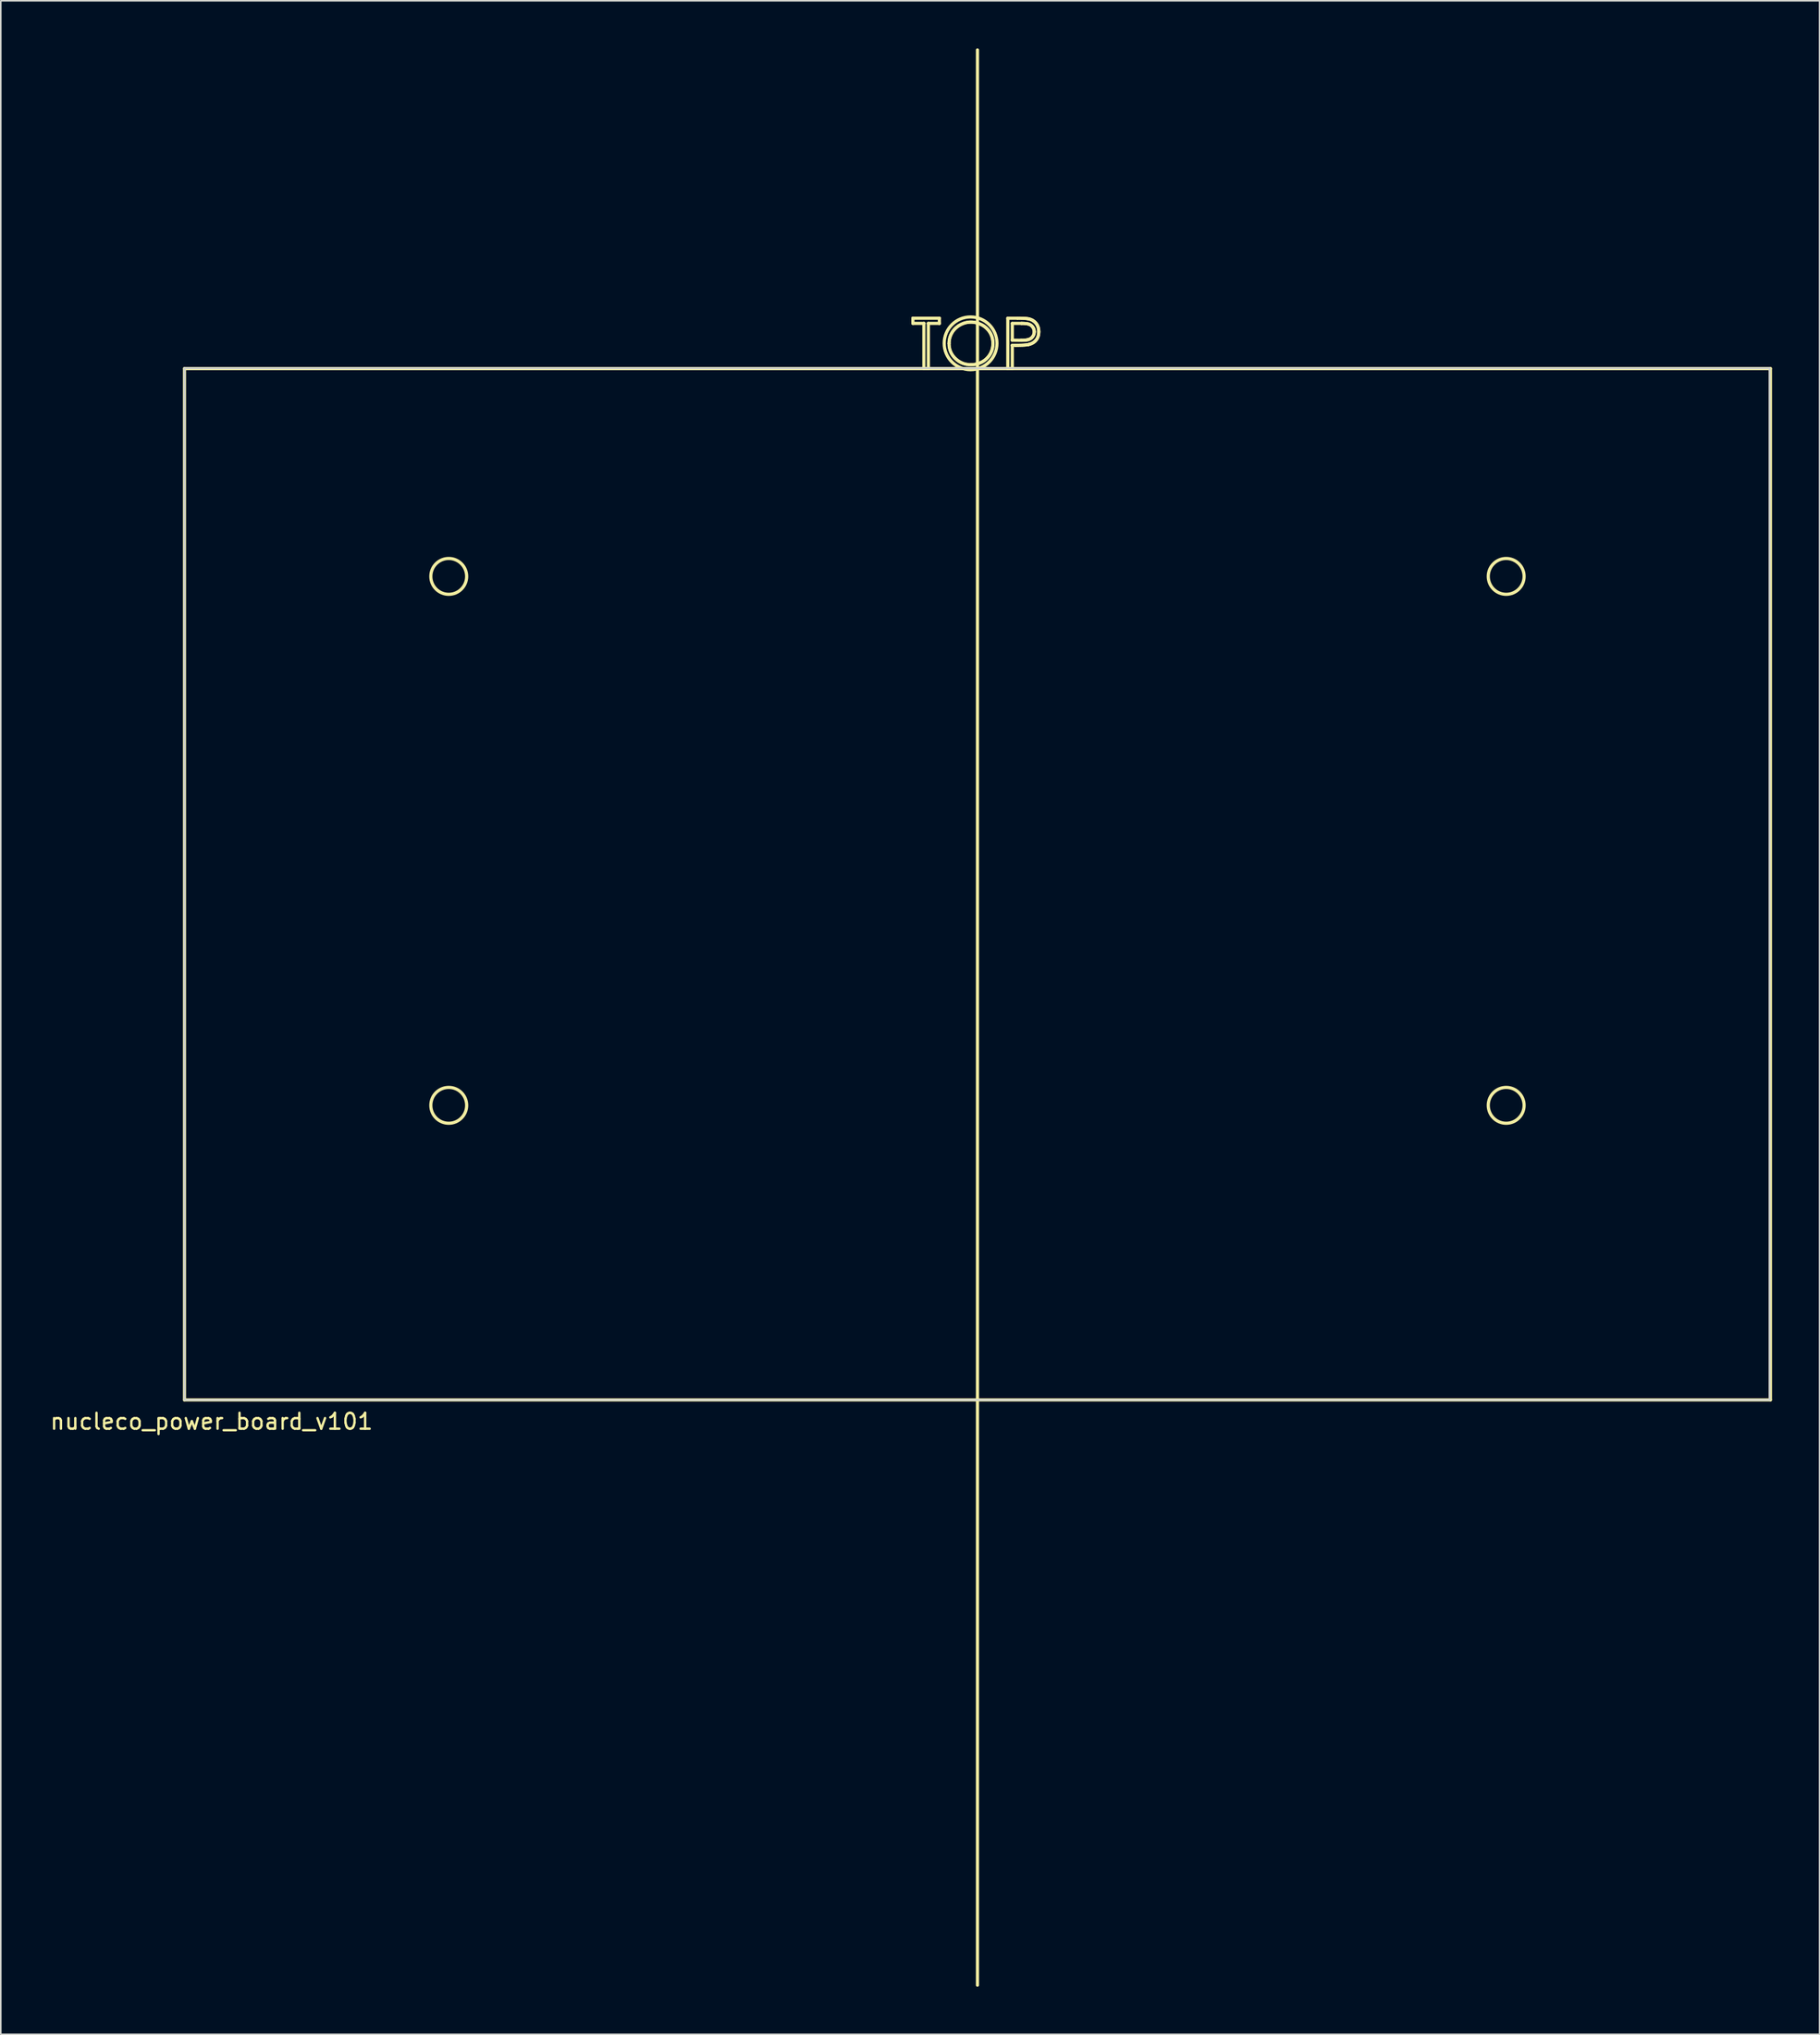
<source format=kicad_pcb>
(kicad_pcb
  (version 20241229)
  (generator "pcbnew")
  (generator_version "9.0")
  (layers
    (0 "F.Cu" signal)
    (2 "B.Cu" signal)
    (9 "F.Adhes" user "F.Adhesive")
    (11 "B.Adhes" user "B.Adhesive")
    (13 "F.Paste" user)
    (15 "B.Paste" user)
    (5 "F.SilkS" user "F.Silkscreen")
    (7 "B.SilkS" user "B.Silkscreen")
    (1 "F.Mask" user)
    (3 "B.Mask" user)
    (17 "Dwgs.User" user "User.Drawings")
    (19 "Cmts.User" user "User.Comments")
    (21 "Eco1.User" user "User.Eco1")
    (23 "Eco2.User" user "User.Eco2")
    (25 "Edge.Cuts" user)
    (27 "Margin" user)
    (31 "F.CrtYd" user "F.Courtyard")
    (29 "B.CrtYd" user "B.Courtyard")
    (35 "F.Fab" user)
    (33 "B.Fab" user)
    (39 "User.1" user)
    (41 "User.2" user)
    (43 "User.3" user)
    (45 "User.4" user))
  (footprint "nucleco_power_board_v101"
    (layer "F.Cu")
    (at 8.582 85.181)
    (property "Reference" "nucleco_power_board_v101" (at 1.705 1.359 0) (layer "F.SilkS") (effects (font (size 1.002 1.002) (thickness 0.15))))
    (attr through_hole)
    (fp_line (start 0 -65) (end 0 0) (stroke (width 0.2) (type solid)) (layer "F.SilkS"))
    (fp_line (start 0 -65) (end 100 -65) (stroke (width 0.2) (type solid)) (layer "F.SilkS"))
    (fp_line (start 0 0) (end 100 0) (stroke (width 0.2) (type solid)) (layer "F.SilkS"))
    (fp_line (start 45.929 -68.175) (end 45.929 -68.175) (stroke (width 0.2) (type solid)) (layer "F.SilkS"))
    (fp_line (start 45.929 -68.175) (end 47.598 -68.175) (stroke (width 0.2) (type solid)) (layer "F.SilkS"))
    (fp_line (start 45.929 -67.849) (end 45.929 -68.175) (stroke (width 0.2) (type solid)) (layer "F.SilkS"))
    (fp_line (start 46.621 -67.849) (end 45.929 -67.849) (stroke (width 0.2) (type solid)) (layer "F.SilkS"))
    (fp_line (start 46.621 -67.849) (end 46.621 -67.849) (stroke (width 0.2) (type solid)) (layer "F.SilkS"))
    (fp_line (start 46.621 -65) (end 46.621 -67.849) (stroke (width 0.2) (type solid)) (layer "F.SilkS"))
    (fp_line (start 46.621 -65) (end 46.621 -65) (stroke (width 0.2) (type solid)) (layer "F.SilkS"))
    (fp_line (start 46.906 -67.849) (end 46.906 -67.849) (stroke (width 0.2) (type solid)) (layer "F.SilkS"))
    (fp_line (start 46.906 -67.849) (end 46.906 -65) (stroke (width 0.2) (type solid)) (layer "F.SilkS"))
    (fp_line (start 46.906 -65) (end 46.621 -65) (stroke (width 0.2) (type solid)) (layer "F.SilkS"))
    (fp_line (start 46.906 -65) (end 46.906 -65) (stroke (width 0.2) (type solid)) (layer "F.SilkS"))
    (fp_line (start 47.598 -68.175) (end 47.598 -68.175) (stroke (width 0.2) (type solid)) (layer "F.SilkS"))
    (fp_line (start 47.598 -68.175) (end 47.598 -67.849) (stroke (width 0.2) (type solid)) (layer "F.SilkS"))
    (fp_line (start 47.598 -67.849) (end 46.906 -67.849) (stroke (width 0.2) (type solid)) (layer "F.SilkS"))
    (fp_line (start 47.598 -67.849) (end 47.598 -67.849) (stroke (width 0.2) (type solid)) (layer "F.SilkS"))
    (fp_line (start 48.209 -66.575) (end 48.209 -66.575) (stroke (width 0.2) (type solid)) (layer "F.SilkS"))
    (fp_line (start 48.209 -66.575) (end 48.215 -66.437) (stroke (width 0.2) (type solid)) (layer "F.SilkS"))
    (fp_line (start 48.212 -66.668) (end 48.209 -66.575) (stroke (width 0.2) (type solid)) (layer "F.SilkS"))
    (fp_line (start 48.215 -66.437) (end 48.234 -66.306) (stroke (width 0.2) (type solid)) (layer "F.SilkS"))
    (fp_line (start 48.22 -66.759) (end 48.212 -66.668) (stroke (width 0.2) (type solid)) (layer "F.SilkS"))
    (fp_line (start 48.234 -66.848) (end 48.22 -66.759) (stroke (width 0.2) (type solid)) (layer "F.SilkS"))
    (fp_line (start 48.234 -66.306) (end 48.266 -66.18) (stroke (width 0.2) (type solid)) (layer "F.SilkS"))
    (fp_line (start 48.255 -66.935) (end 48.234 -66.848) (stroke (width 0.2) (type solid)) (layer "F.SilkS"))
    (fp_line (start 48.266 -66.18) (end 48.31 -66.059) (stroke (width 0.2) (type solid)) (layer "F.SilkS"))
    (fp_line (start 48.28 -67.019) (end 48.255 -66.935) (stroke (width 0.2) (type solid)) (layer "F.SilkS"))
    (fp_line (start 48.31 -66.059) (end 48.367 -65.943) (stroke (width 0.2) (type solid)) (layer "F.SilkS"))
    (fp_line (start 48.311 -67.102) (end 48.28 -67.019) (stroke (width 0.2) (type solid)) (layer "F.SilkS"))
    (fp_line (start 48.349 -67.182) (end 48.311 -67.102) (stroke (width 0.2) (type solid)) (layer "F.SilkS"))
    (fp_line (start 48.367 -65.943) (end 48.436 -65.833) (stroke (width 0.2) (type solid)) (layer "F.SilkS"))
    (fp_line (start 48.392 -67.26) (end 48.349 -67.182) (stroke (width 0.2) (type solid)) (layer "F.SilkS"))
    (fp_line (start 48.436 -65.833) (end 48.518 -65.729) (stroke (width 0.2) (type solid)) (layer "F.SilkS"))
    (fp_line (start 48.439 -67.335) (end 48.392 -67.26) (stroke (width 0.2) (type solid)) (layer "F.SilkS"))
    (fp_line (start 48.491 -67.406) (end 48.439 -67.335) (stroke (width 0.2) (type solid)) (layer "F.SilkS"))
    (fp_line (start 48.518 -65.729) (end 48.613 -65.63) (stroke (width 0.2) (type solid)) (layer "F.SilkS"))
    (fp_line (start 48.549 -67.473) (end 48.491 -67.406) (stroke (width 0.2) (type solid)) (layer "F.SilkS"))
    (fp_line (start 48.61 -67.536) (end 48.549 -67.473) (stroke (width 0.2) (type solid)) (layer "F.SilkS"))
    (fp_line (start 48.613 -65.63) (end 48.717 -65.539) (stroke (width 0.2) (type solid)) (layer "F.SilkS"))
    (fp_line (start 48.675 -67.595) (end 48.61 -67.536) (stroke (width 0.2) (type solid)) (layer "F.SilkS"))
    (fp_line (start 48.717 -65.539) (end 48.825 -65.461) (stroke (width 0.2) (type solid)) (layer "F.SilkS"))
    (fp_line (start 48.745 -67.65) (end 48.675 -67.595) (stroke (width 0.2) (type solid)) (layer "F.SilkS"))
    (fp_line (start 48.82 -67.702) (end 48.745 -67.65) (stroke (width 0.2) (type solid)) (layer "F.SilkS"))
    (fp_line (start 48.825 -65.461) (end 48.939 -65.395) (stroke (width 0.2) (type solid)) (layer "F.SilkS"))
    (fp_line (start 48.898 -67.749) (end 48.82 -67.702) (stroke (width 0.2) (type solid)) (layer "F.SilkS"))
    (fp_line (start 48.939 -65.395) (end 49.058 -65.341) (stroke (width 0.2) (type solid)) (layer "F.SilkS"))
    (fp_line (start 48.98 -67.791) (end 48.898 -67.749) (stroke (width 0.2) (type solid)) (layer "F.SilkS"))
    (fp_line (start 49.058 -65.341) (end 49.183 -65.298) (stroke (width 0.2) (type solid)) (layer "F.SilkS"))
    (fp_line (start 49.063 -67.828) (end 48.98 -67.791) (stroke (width 0.2) (type solid)) (layer "F.SilkS"))
    (fp_line (start 49.148 -67.86) (end 49.063 -67.828) (stroke (width 0.2) (type solid)) (layer "F.SilkS"))
    (fp_line (start 49.183 -65.298) (end 49.312 -65.268) (stroke (width 0.2) (type solid)) (layer "F.SilkS"))
    (fp_line (start 49.233 -67.886) (end 49.148 -67.86) (stroke (width 0.2) (type solid)) (layer "F.SilkS"))
    (fp_line (start 49.312 -65.268) (end 49.447 -65.25) (stroke (width 0.2) (type solid)) (layer "F.SilkS"))
    (fp_line (start 49.319 -67.905) (end 49.233 -67.886) (stroke (width 0.2) (type solid)) (layer "F.SilkS"))
    (fp_line (start 49.407 -67.919) (end 49.319 -67.905) (stroke (width 0.2) (type solid)) (layer "F.SilkS"))
    (fp_line (start 49.447 -65.25) (end 49.587 -65.244) (stroke (width 0.2) (type solid)) (layer "F.SilkS"))
    (fp_line (start 49.496 -67.928) (end 49.407 -67.919) (stroke (width 0.2) (type solid)) (layer "F.SilkS"))
    (fp_line (start 49.587 -67.931) (end 49.496 -67.928) (stroke (width 0.2) (type solid)) (layer "F.SilkS"))
    (fp_line (start 49.587 -65.244) (end 49.587 -65.244) (stroke (width 0.2) (type solid)) (layer "F.SilkS"))
    (fp_line (start 49.587 -65.244) (end 49.681 -65.247) (stroke (width 0.2) (type solid)) (layer "F.SilkS"))
    (fp_line (start 49.678 -67.928) (end 49.587 -67.931) (stroke (width 0.2) (type solid)) (layer "F.SilkS"))
    (fp_line (start 49.681 -65.247) (end 49.773 -65.255) (stroke (width 0.2) (type solid)) (layer "F.SilkS"))
    (fp_line (start 49.768 -67.919) (end 49.678 -67.928) (stroke (width 0.2) (type solid)) (layer "F.SilkS"))
    (fp_line (start 49.773 -65.255) (end 49.864 -65.269) (stroke (width 0.2) (type solid)) (layer "F.SilkS"))
    (fp_line (start 49.858 -67.905) (end 49.768 -67.919) (stroke (width 0.2) (type solid)) (layer "F.SilkS"))
    (fp_line (start 49.864 -65.269) (end 49.953 -65.289) (stroke (width 0.2) (type solid)) (layer "F.SilkS"))
    (fp_line (start 49.946 -67.886) (end 49.858 -67.905) (stroke (width 0.2) (type solid)) (layer "F.SilkS"))
    (fp_line (start 49.953 -65.289) (end 50.04 -65.314) (stroke (width 0.2) (type solid)) (layer "F.SilkS"))
    (fp_line (start 50 -85.081) (end 50 36.883) (stroke (width 0.2) (type solid)) (layer "F.SilkS"))
    (fp_line (start 50.032 -67.86) (end 49.946 -67.886) (stroke (width 0.2) (type solid)) (layer "F.SilkS"))
    (fp_line (start 50.04 -65.314) (end 50.125 -65.343) (stroke (width 0.2) (type solid)) (layer "F.SilkS"))
    (fp_line (start 50.118 -67.828) (end 50.032 -67.86) (stroke (width 0.2) (type solid)) (layer "F.SilkS"))
    (fp_line (start 50.125 -65.343) (end 50.209 -65.38) (stroke (width 0.2) (type solid)) (layer "F.SilkS"))
    (fp_line (start 50.202 -67.791) (end 50.118 -67.828) (stroke (width 0.2) (type solid)) (layer "F.SilkS"))
    (fp_line (start 50.209 -65.38) (end 50.291 -65.421) (stroke (width 0.2) (type solid)) (layer "F.SilkS"))
    (fp_line (start 50.285 -67.749) (end 50.202 -67.791) (stroke (width 0.2) (type solid)) (layer "F.SilkS"))
    (fp_line (start 50.291 -65.421) (end 50.37 -65.467) (stroke (width 0.2) (type solid)) (layer "F.SilkS"))
    (fp_line (start 50.365 -67.702) (end 50.285 -67.749) (stroke (width 0.2) (type solid)) (layer "F.SilkS"))
    (fp_line (start 50.37 -65.467) (end 50.444 -65.518) (stroke (width 0.2) (type solid)) (layer "F.SilkS"))
    (fp_line (start 50.44 -67.651) (end 50.365 -67.702) (stroke (width 0.2) (type solid)) (layer "F.SilkS"))
    (fp_line (start 50.444 -65.518) (end 50.513 -65.572) (stroke (width 0.2) (type solid)) (layer "F.SilkS"))
    (fp_line (start 50.511 -67.596) (end 50.44 -67.651) (stroke (width 0.2) (type solid)) (layer "F.SilkS"))
    (fp_line (start 50.513 -65.572) (end 50.579 -65.631) (stroke (width 0.2) (type solid)) (layer "F.SilkS"))
    (fp_line (start 50.578 -67.538) (end 50.511 -67.596) (stroke (width 0.2) (type solid)) (layer "F.SilkS"))
    (fp_line (start 50.579 -65.631) (end 50.64 -65.693) (stroke (width 0.2) (type solid)) (layer "F.SilkS"))
    (fp_line (start 50.639 -67.475) (end 50.578 -67.538) (stroke (width 0.2) (type solid)) (layer "F.SilkS"))
    (fp_line (start 50.64 -65.693) (end 50.696 -65.76) (stroke (width 0.2) (type solid)) (layer "F.SilkS"))
    (fp_line (start 50.696 -67.409) (end 50.639 -67.475) (stroke (width 0.2) (type solid)) (layer "F.SilkS"))
    (fp_line (start 50.696 -65.76) (end 50.748 -65.831) (stroke (width 0.2) (type solid)) (layer "F.SilkS"))
    (fp_line (start 50.748 -67.339) (end 50.696 -67.409) (stroke (width 0.2) (type solid)) (layer "F.SilkS"))
    (fp_line (start 50.748 -65.831) (end 50.796 -65.906) (stroke (width 0.2) (type solid)) (layer "F.SilkS"))
    (fp_line (start 50.796 -67.265) (end 50.748 -67.339) (stroke (width 0.2) (type solid)) (layer "F.SilkS"))
    (fp_line (start 50.796 -65.906) (end 50.838 -65.984) (stroke (width 0.2) (type solid)) (layer "F.SilkS"))
    (fp_line (start 50.838 -67.189) (end 50.796 -67.265) (stroke (width 0.2) (type solid)) (layer "F.SilkS"))
    (fp_line (start 50.838 -65.984) (end 50.875 -66.064) (stroke (width 0.2) (type solid)) (layer "F.SilkS"))
    (fp_line (start 50.875 -67.11) (end 50.838 -67.189) (stroke (width 0.2) (type solid)) (layer "F.SilkS"))
    (fp_line (start 50.875 -66.064) (end 50.906 -66.146) (stroke (width 0.2) (type solid)) (layer "F.SilkS"))
    (fp_line (start 50.906 -67.029) (end 50.875 -67.11) (stroke (width 0.2) (type solid)) (layer "F.SilkS"))
    (fp_line (start 50.906 -66.146) (end 50.932 -66.231) (stroke (width 0.2) (type solid)) (layer "F.SilkS"))
    (fp_line (start 50.932 -66.946) (end 50.906 -67.029) (stroke (width 0.2) (type solid)) (layer "F.SilkS"))
    (fp_line (start 50.932 -66.231) (end 50.951 -66.317) (stroke (width 0.2) (type solid)) (layer "F.SilkS"))
    (fp_line (start 50.951 -66.86) (end 50.932 -66.946) (stroke (width 0.2) (type solid)) (layer "F.SilkS"))
    (fp_line (start 50.951 -66.317) (end 50.965 -66.406) (stroke (width 0.2) (type solid)) (layer "F.SilkS"))
    (fp_line (start 50.965 -66.772) (end 50.951 -66.86) (stroke (width 0.2) (type solid)) (layer "F.SilkS"))
    (fp_line (start 50.965 -66.406) (end 50.974 -66.497) (stroke (width 0.2) (type solid)) (layer "F.SilkS"))
    (fp_line (start 50.974 -66.682) (end 50.965 -66.772) (stroke (width 0.2) (type solid)) (layer "F.SilkS"))
    (fp_line (start 50.974 -66.497) (end 50.977 -66.589) (stroke (width 0.2) (type solid)) (layer "F.SilkS"))
    (fp_line (start 50.977 -66.589) (end 50.974 -66.682) (stroke (width 0.2) (type solid)) (layer "F.SilkS"))
    (fp_line (start 50.977 -66.589) (end 50.977 -66.589) (stroke (width 0.2) (type solid)) (layer "F.SilkS"))
    (fp_line (start 51.913 -68.175) (end 52.536 -68.175) (stroke (width 0.2) (type solid)) (layer "F.SilkS"))
    (fp_line (start 51.913 -65) (end 51.913 -68.175) (stroke (width 0.2) (type solid)) (layer "F.SilkS"))
    (fp_line (start 51.913 -65) (end 51.913 -65) (stroke (width 0.2) (type solid)) (layer "F.SilkS"))
    (fp_line (start 52.198 -67.849) (end 52.198 -66.791) (stroke (width 0.2) (type solid)) (layer "F.SilkS"))
    (fp_line (start 52.198 -66.791) (end 52.198 -66.791) (stroke (width 0.2) (type solid)) (layer "F.SilkS"))
    (fp_line (start 52.198 -66.791) (end 52.754 -66.784) (stroke (width 0.2) (type solid)) (layer "F.SilkS"))
    (fp_line (start 52.198 -66.465) (end 52.198 -66.465) (stroke (width 0.2) (type solid)) (layer "F.SilkS"))
    (fp_line (start 52.198 -66.465) (end 52.198 -65) (stroke (width 0.2) (type solid)) (layer "F.SilkS"))
    (fp_line (start 52.198 -65) (end 51.913 -65) (stroke (width 0.2) (type solid)) (layer "F.SilkS"))
    (fp_line (start 52.198 -65) (end 52.198 -65) (stroke (width 0.2) (type solid)) (layer "F.SilkS"))
    (fp_line (start 52.425 -66.465) (end 52.198 -66.465) (stroke (width 0.2) (type solid)) (layer "F.SilkS"))
    (fp_line (start 52.425 -66.465) (end 52.425 -66.465) (stroke (width 0.2) (type solid)) (layer "F.SilkS"))
    (fp_line (start 52.536 -68.175) (end 52.536 -68.175) (stroke (width 0.2) (type solid)) (layer "F.SilkS"))
    (fp_line (start 52.536 -68.175) (end 52.664 -68.174) (stroke (width 0.2) (type solid)) (layer "F.SilkS"))
    (fp_line (start 52.568 -66.466) (end 52.425 -66.465) (stroke (width 0.2) (type solid)) (layer "F.SilkS"))
    (fp_line (start 52.664 -68.174) (end 52.782 -68.172) (stroke (width 0.2) (type solid)) (layer "F.SilkS"))
    (fp_line (start 52.698 -66.469) (end 52.568 -66.466) (stroke (width 0.2) (type solid)) (layer "F.SilkS"))
    (fp_line (start 52.754 -66.784) (end 52.754 -66.784) (stroke (width 0.2) (type solid)) (layer "F.SilkS"))
    (fp_line (start 52.754 -66.784) (end 52.835 -66.785) (stroke (width 0.2) (type solid)) (layer "F.SilkS"))
    (fp_line (start 52.779 -67.849) (end 52.198 -67.849) (stroke (width 0.2) (type solid)) (layer "F.SilkS"))
    (fp_line (start 52.779 -67.849) (end 52.779 -67.849) (stroke (width 0.2) (type solid)) (layer "F.SilkS"))
    (fp_line (start 52.782 -68.172) (end 52.889 -68.168) (stroke (width 0.2) (type solid)) (layer "F.SilkS"))
    (fp_line (start 52.816 -66.473) (end 52.698 -66.469) (stroke (width 0.2) (type solid)) (layer "F.SilkS"))
    (fp_line (start 52.835 -66.785) (end 52.911 -66.788) (stroke (width 0.2) (type solid)) (layer "F.SilkS"))
    (fp_line (start 52.859 -67.849) (end 52.779 -67.849) (stroke (width 0.2) (type solid)) (layer "F.SilkS"))
    (fp_line (start 52.889 -68.168) (end 52.985 -68.163) (stroke (width 0.2) (type solid)) (layer "F.SilkS"))
    (fp_line (start 52.911 -66.788) (end 52.981 -66.792) (stroke (width 0.2) (type solid)) (layer "F.SilkS"))
    (fp_line (start 52.923 -66.479) (end 52.816 -66.473) (stroke (width 0.2) (type solid)) (layer "F.SilkS"))
    (fp_line (start 52.933 -67.846) (end 52.859 -67.849) (stroke (width 0.2) (type solid)) (layer "F.SilkS"))
    (fp_line (start 52.981 -66.792) (end 53.046 -66.799) (stroke (width 0.2) (type solid)) (layer "F.SilkS"))
    (fp_line (start 52.985 -68.163) (end 53.069 -68.157) (stroke (width 0.2) (type solid)) (layer "F.SilkS"))
    (fp_line (start 53.001 -67.842) (end 52.933 -67.846) (stroke (width 0.2) (type solid)) (layer "F.SilkS"))
    (fp_line (start 53.019 -66.486) (end 52.923 -66.479) (stroke (width 0.2) (type solid)) (layer "F.SilkS"))
    (fp_line (start 53.046 -66.799) (end 53.104 -66.807) (stroke (width 0.2) (type solid)) (layer "F.SilkS"))
    (fp_line (start 53.064 -67.835) (end 53.001 -67.842) (stroke (width 0.2) (type solid)) (layer "F.SilkS"))
    (fp_line (start 53.069 -68.157) (end 53.144 -68.148) (stroke (width 0.2) (type solid)) (layer "F.SilkS"))
    (fp_line (start 53.102 -66.495) (end 53.019 -66.486) (stroke (width 0.2) (type solid)) (layer "F.SilkS"))
    (fp_line (start 53.104 -66.807) (end 53.158 -66.816) (stroke (width 0.2) (type solid)) (layer "F.SilkS"))
    (fp_line (start 53.121 -67.828) (end 53.064 -67.835) (stroke (width 0.2) (type solid)) (layer "F.SilkS"))
    (fp_line (start 53.144 -68.148) (end 53.207 -68.139) (stroke (width 0.2) (type solid)) (layer "F.SilkS"))
    (fp_line (start 53.158 -66.816) (end 53.205 -66.829) (stroke (width 0.2) (type solid)) (layer "F.SilkS"))
    (fp_line (start 53.172 -67.818) (end 53.121 -67.828) (stroke (width 0.2) (type solid)) (layer "F.SilkS"))
    (fp_line (start 53.174 -66.505) (end 53.102 -66.495) (stroke (width 0.2) (type solid)) (layer "F.SilkS"))
    (fp_line (start 53.205 -66.829) (end 53.247 -66.842) (stroke (width 0.2) (type solid)) (layer "F.SilkS"))
    (fp_line (start 53.207 -68.139) (end 53.259 -68.127) (stroke (width 0.2) (type solid)) (layer "F.SilkS"))
    (fp_line (start 53.218 -67.807) (end 53.172 -67.818) (stroke (width 0.2) (type solid)) (layer "F.SilkS"))
    (fp_line (start 53.234 -66.518) (end 53.174 -66.505) (stroke (width 0.2) (type solid)) (layer "F.SilkS"))
    (fp_line (start 53.234 -66.518) (end 53.234 -66.518) (stroke (width 0.2) (type solid)) (layer "F.SilkS"))
    (fp_line (start 53.247 -66.842) (end 53.321 -66.876) (stroke (width 0.2) (type solid)) (layer "F.SilkS"))
    (fp_line (start 53.257 -67.794) (end 53.218 -67.807) (stroke (width 0.2) (type solid)) (layer "F.SilkS"))
    (fp_line (start 53.259 -68.127) (end 53.259 -68.127) (stroke (width 0.2) (type solid)) (layer "F.SilkS"))
    (fp_line (start 53.259 -68.127) (end 53.324 -68.108) (stroke (width 0.2) (type solid)) (layer "F.SilkS"))
    (fp_line (start 53.305 -66.538) (end 53.234 -66.518) (stroke (width 0.2) (type solid)) (layer "F.SilkS"))
    (fp_line (start 53.321 -66.876) (end 53.387 -66.918) (stroke (width 0.2) (type solid)) (layer "F.SilkS"))
    (fp_line (start 53.324 -68.108) (end 53.387 -68.085) (stroke (width 0.2) (type solid)) (layer "F.SilkS"))
    (fp_line (start 53.326 -67.762) (end 53.257 -67.794) (stroke (width 0.2) (type solid)) (layer "F.SilkS"))
    (fp_line (start 53.373 -66.562) (end 53.305 -66.538) (stroke (width 0.2) (type solid)) (layer "F.SilkS"))
    (fp_line (start 53.387 -68.085) (end 53.446 -68.057) (stroke (width 0.2) (type solid)) (layer "F.SilkS"))
    (fp_line (start 53.387 -66.918) (end 53.443 -66.97) (stroke (width 0.2) (type solid)) (layer "F.SilkS"))
    (fp_line (start 53.389 -67.72) (end 53.326 -67.762) (stroke (width 0.2) (type solid)) (layer "F.SilkS"))
    (fp_line (start 53.438 -66.591) (end 53.373 -66.562) (stroke (width 0.2) (type solid)) (layer "F.SilkS"))
    (fp_line (start 53.443 -66.97) (end 53.492 -67.031) (stroke (width 0.2) (type solid)) (layer "F.SilkS"))
    (fp_line (start 53.444 -67.669) (end 53.389 -67.72) (stroke (width 0.2) (type solid)) (layer "F.SilkS"))
    (fp_line (start 53.446 -68.057) (end 53.503 -68.024) (stroke (width 0.2) (type solid)) (layer "F.SilkS"))
    (fp_line (start 53.492 -67.609) (end 53.444 -67.669) (stroke (width 0.2) (type solid)) (layer "F.SilkS"))
    (fp_line (start 53.492 -67.031) (end 53.532 -67.098) (stroke (width 0.2) (type solid)) (layer "F.SilkS"))
    (fp_line (start 53.498 -66.623) (end 53.438 -66.591) (stroke (width 0.2) (type solid)) (layer "F.SilkS"))
    (fp_line (start 53.503 -68.024) (end 53.555 -67.987) (stroke (width 0.2) (type solid)) (layer "F.SilkS"))
    (fp_line (start 53.532 -67.542) (end 53.492 -67.609) (stroke (width 0.2) (type solid)) (layer "F.SilkS"))
    (fp_line (start 53.532 -67.098) (end 53.56 -67.169) (stroke (width 0.2) (type solid)) (layer "F.SilkS"))
    (fp_line (start 53.554 -66.66) (end 53.498 -66.623) (stroke (width 0.2) (type solid)) (layer "F.SilkS"))
    (fp_line (start 53.555 -67.987) (end 53.606 -67.946) (stroke (width 0.2) (type solid)) (layer "F.SilkS"))
    (fp_line (start 53.56 -67.472) (end 53.532 -67.542) (stroke (width 0.2) (type solid)) (layer "F.SilkS"))
    (fp_line (start 53.56 -67.169) (end 53.576 -67.244) (stroke (width 0.2) (type solid)) (layer "F.SilkS"))
    (fp_line (start 53.576 -67.398) (end 53.56 -67.472) (stroke (width 0.2) (type solid)) (layer "F.SilkS"))
    (fp_line (start 53.576 -67.244) (end 53.582 -67.322) (stroke (width 0.2) (type solid)) (layer "F.SilkS"))
    (fp_line (start 53.582 -67.322) (end 53.576 -67.398) (stroke (width 0.2) (type solid)) (layer "F.SilkS"))
    (fp_line (start 53.582 -67.322) (end 53.582 -67.322) (stroke (width 0.2) (type solid)) (layer "F.SilkS"))
    (fp_line (start 53.606 -67.946) (end 53.653 -67.9) (stroke (width 0.2) (type solid)) (layer "F.SilkS"))
    (fp_line (start 53.606 -66.701) (end 53.554 -66.66) (stroke (width 0.2) (type solid)) (layer "F.SilkS"))
    (fp_line (start 53.653 -67.9) (end 53.697 -67.85) (stroke (width 0.2) (type solid)) (layer "F.SilkS"))
    (fp_line (start 53.655 -66.747) (end 53.606 -66.701) (stroke (width 0.2) (type solid)) (layer "F.SilkS"))
    (fp_line (start 53.697 -67.85) (end 53.737 -67.796) (stroke (width 0.2) (type solid)) (layer "F.SilkS"))
    (fp_line (start 53.698 -66.797) (end 53.655 -66.747) (stroke (width 0.2) (type solid)) (layer "F.SilkS"))
    (fp_line (start 53.737 -67.796) (end 53.771 -67.739) (stroke (width 0.2) (type solid)) (layer "F.SilkS"))
    (fp_line (start 53.738 -66.85) (end 53.698 -66.797) (stroke (width 0.2) (type solid)) (layer "F.SilkS"))
    (fp_line (start 53.771 -67.739) (end 53.8 -67.678) (stroke (width 0.2) (type solid)) (layer "F.SilkS"))
    (fp_line (start 53.772 -66.907) (end 53.738 -66.85) (stroke (width 0.2) (type solid)) (layer "F.SilkS"))
    (fp_line (start 53.8 -67.678) (end 53.824 -67.614) (stroke (width 0.2) (type solid)) (layer "F.SilkS"))
    (fp_line (start 53.801 -66.968) (end 53.772 -66.907) (stroke (width 0.2) (type solid)) (layer "F.SilkS"))
    (fp_line (start 53.824 -67.614) (end 53.843 -67.546) (stroke (width 0.2) (type solid)) (layer "F.SilkS"))
    (fp_line (start 53.825 -67.032) (end 53.801 -66.968) (stroke (width 0.2) (type solid)) (layer "F.SilkS"))
    (fp_line (start 53.843 -67.546) (end 53.856 -67.475) (stroke (width 0.2) (type solid)) (layer "F.SilkS"))
    (fp_line (start 53.843 -67.099) (end 53.825 -67.032) (stroke (width 0.2) (type solid)) (layer "F.SilkS"))
    (fp_line (start 53.856 -67.475) (end 53.864 -67.401) (stroke (width 0.2) (type solid)) (layer "F.SilkS"))
    (fp_line (start 53.856 -67.171) (end 53.843 -67.099) (stroke (width 0.2) (type solid)) (layer "F.SilkS"))
    (fp_line (start 53.864 -67.401) (end 53.867 -67.323) (stroke (width 0.2) (type solid)) (layer "F.SilkS"))
    (fp_line (start 53.864 -67.245) (end 53.856 -67.171) (stroke (width 0.2) (type solid)) (layer "F.SilkS"))
    (fp_line (start 53.867 -67.323) (end 53.864 -67.245) (stroke (width 0.2) (type solid)) (layer "F.SilkS"))
    (fp_line (start 53.867 -67.323) (end 53.867 -67.323) (stroke (width 0.2) (type solid)) (layer "F.SilkS"))
    (fp_line (start 100 -65) (end 100 0) (stroke (width 0.2) (type solid)) (layer "F.SilkS"))
    (fp_circle (center 16.663 -51.903) (end 17.793 -51.903) (stroke (width 0.2) (type solid)) (fill no) (layer "F.SilkS"))
    (fp_circle (center 16.663 -18.566) (end 17.793 -18.566) (stroke (width 0.2) (type solid)) (fill no) (layer "F.SilkS"))
    (fp_circle (center 49.566 -66.593) (end 51.229 -66.593) (stroke (width 0.2) (type solid)) (fill no) (layer "F.SilkS"))
    (fp_circle (center 83.338 -51.903) (end 84.468 -51.903) (stroke (width 0.2) (type solid)) (fill no) (layer "F.SilkS"))
    (fp_circle (center 83.338 -18.566) (end 84.468 -18.566) (stroke (width 0.2) (type solid)) (fill no) (layer "F.SilkS"))
    (fp_line (start 0 -65.024) (end 0 0) (stroke (width 0.12) (type solid)) (layer "Edge.Cuts"))
    (fp_line (start 0 0) (end 99.949 0) (stroke (width 0.12) (type solid)) (layer "Edge.Cuts"))
    (fp_line (start 99.949 -65.024) (end 0 -65.024) (stroke (width 0.12) (type solid)) (layer "Edge.Cuts"))
    (fp_line (start 99.949 -64.897) (end 99.949 -65.024) (stroke (width 0.12) (type solid)) (layer "Edge.Cuts"))
    (fp_line (start 99.949 0) (end 99.949 -64.897) (stroke (width 0.12) (type solid)) (layer "Edge.Cuts")))
  (gr_rect
    (start -3 -3)
    (end 111.682 125.164)
    (stroke (width 0.1) (type default))
    (fill no)
    (layer "Edge.Cuts")))
</source>
